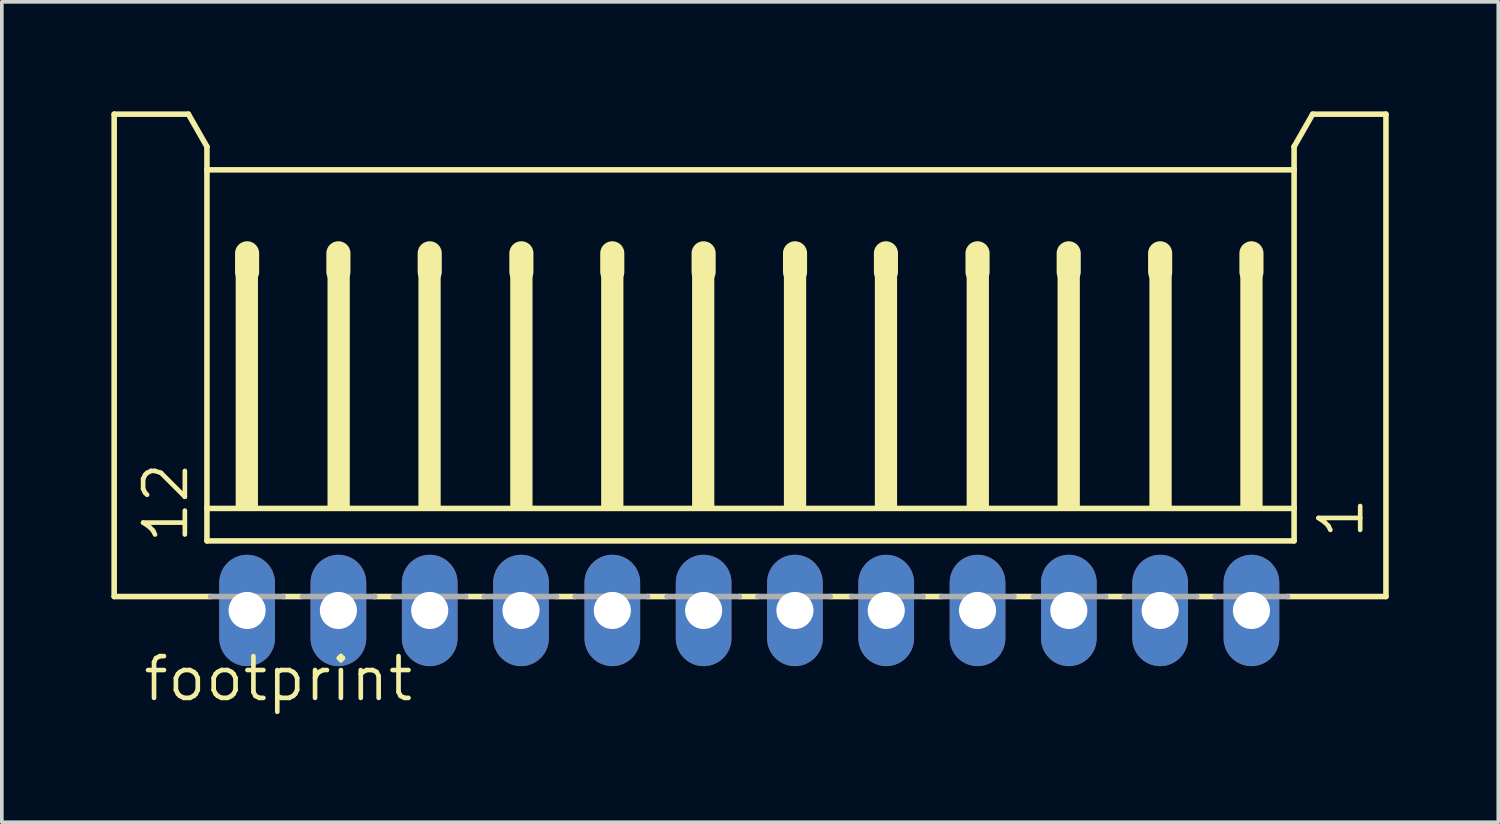
<source format=kicad_pcb>
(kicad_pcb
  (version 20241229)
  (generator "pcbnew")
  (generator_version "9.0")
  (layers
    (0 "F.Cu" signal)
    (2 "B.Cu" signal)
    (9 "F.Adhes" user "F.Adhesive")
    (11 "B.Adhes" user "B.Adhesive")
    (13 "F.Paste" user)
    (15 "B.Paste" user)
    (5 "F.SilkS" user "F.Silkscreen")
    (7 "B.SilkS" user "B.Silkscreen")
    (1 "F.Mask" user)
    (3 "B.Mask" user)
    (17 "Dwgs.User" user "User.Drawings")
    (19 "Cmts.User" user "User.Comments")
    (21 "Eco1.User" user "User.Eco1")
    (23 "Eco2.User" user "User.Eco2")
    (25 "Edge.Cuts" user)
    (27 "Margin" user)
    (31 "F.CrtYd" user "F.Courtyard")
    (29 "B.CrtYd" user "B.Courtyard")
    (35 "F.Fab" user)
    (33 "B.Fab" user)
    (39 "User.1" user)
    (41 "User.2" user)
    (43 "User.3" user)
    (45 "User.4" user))
  (footprint "footprint"
    (layer "F.Cu")
    (at 17.466 7.415)
    (property "Reference" "footprint" (at -16.654 8.79 0) (layer "F.SilkS") (effects (font (size 1.143 1.143) (thickness 0.127)) (justify left bottom)))
    (fp_line (start -17.39 -7.339) (end -15.358 -7.339) (stroke (width 0.152) (type solid)) (layer "F.SilkS"))
    (fp_line (start -17.39 5.869) (end -17.39 -7.339) (stroke (width 0.152) (type solid)) (layer "F.SilkS"))
    (fp_line (start -15.358 -7.339) (end -14.85 -6.45) (stroke (width 0.152) (type solid)) (layer "F.SilkS"))
    (fp_line (start -14.85 -6.45) (end -14.85 -5.815) (stroke (width 0.152) (type solid)) (layer "F.SilkS"))
    (fp_line (start -14.85 -5.815) (end -14.85 3.456) (stroke (width 0.152) (type solid)) (layer "F.SilkS"))
    (fp_line (start -14.85 3.456) (end -14.85 4.345) (stroke (width 0.152) (type solid)) (layer "F.SilkS"))
    (fp_line (start -14.749 5.869) (end -17.39 5.869) (stroke (width 0.152) (type solid)) (layer "F.SilkS"))
    (fp_line (start -13.75 -3.529) (end -13.75 -3.021) (stroke (width 0.66) (type solid)) (layer "F.SilkS"))
    (fp_line (start -12.26 5.869) (end -12.768 5.869) (stroke (width 0.152) (type solid)) (layer "F.SilkS"))
    (fp_line (start -11.25 -3.529) (end -11.25 -3.021) (stroke (width 0.66) (type solid)) (layer "F.SilkS"))
    (fp_line (start -9.77 5.869) (end -10.278 5.869) (stroke (width 0.152) (type solid)) (layer "F.SilkS"))
    (fp_line (start -8.75 -3.529) (end -8.75 -3.021) (stroke (width 0.66) (type solid)) (layer "F.SilkS"))
    (fp_line (start -7.256 5.869) (end -7.764 5.869) (stroke (width 0.152) (type solid)) (layer "F.SilkS"))
    (fp_line (start -6.24 -3.529) (end -6.24 -3.021) (stroke (width 0.66) (type solid)) (layer "F.SilkS"))
    (fp_line (start -4.767 5.869) (end -5.275 5.869) (stroke (width 0.152) (type solid)) (layer "F.SilkS"))
    (fp_line (start -3.751 -3.529) (end -3.751 -3.021) (stroke (width 0.66) (type solid)) (layer "F.SilkS"))
    (fp_line (start -2.252 5.869) (end -2.785 5.869) (stroke (width 0.152) (type solid)) (layer "F.SilkS"))
    (fp_line (start -1.25 -3.529) (end -1.25 -3.021) (stroke (width 0.66) (type solid)) (layer "F.SilkS"))
    (fp_line (start 0.237 5.869) (end -0.271 5.869) (stroke (width 0.152) (type solid)) (layer "F.SilkS"))
    (fp_line (start 1.253 -3.529) (end 1.253 -3.021) (stroke (width 0.66) (type solid)) (layer "F.SilkS"))
    (fp_line (start 2.803 5.869) (end 2.218 5.869) (stroke (width 0.152) (type solid)) (layer "F.SilkS"))
    (fp_line (start 3.742 -3.529) (end 3.742 -3.021) (stroke (width 0.66) (type solid)) (layer "F.SilkS"))
    (fp_line (start 5.266 5.869) (end 4.758 5.869) (stroke (width 0.152) (type solid)) (layer "F.SilkS"))
    (fp_line (start 6.25 -3.529) (end 6.25 -3.021) (stroke (width 0.66) (type solid)) (layer "F.SilkS"))
    (fp_line (start 7.781 5.869) (end 7.248 5.869) (stroke (width 0.152) (type solid)) (layer "F.SilkS"))
    (fp_line (start 8.746 -3.529) (end 8.746 -3.021) (stroke (width 0.66) (type solid)) (layer "F.SilkS"))
    (fp_line (start 10.27 5.869) (end 9.762 5.869) (stroke (width 0.152) (type solid)) (layer "F.SilkS"))
    (fp_line (start 11.25 -3.529) (end 11.25 -3.021) (stroke (width 0.66) (type solid)) (layer "F.SilkS"))
    (fp_line (start 12.759 5.869) (end 12.251 5.869) (stroke (width 0.152) (type solid)) (layer "F.SilkS"))
    (fp_line (start 13.75 -3.529) (end 13.75 -3.021) (stroke (width 0.66) (type solid)) (layer "F.SilkS"))
    (fp_line (start 14.918 -6.45) (end 14.918 -5.815) (stroke (width 0.152) (type solid)) (layer "F.SilkS"))
    (fp_line (start 14.918 -6.45) (end 15.426 -7.339) (stroke (width 0.152) (type solid)) (layer "F.SilkS"))
    (fp_line (start 14.918 -5.815) (end -14.85 -5.815) (stroke (width 0.152) (type solid)) (layer "F.SilkS"))
    (fp_line (start 14.918 -5.815) (end 14.918 3.456) (stroke (width 0.152) (type solid)) (layer "F.SilkS"))
    (fp_line (start 14.918 3.456) (end -14.85 3.456) (stroke (width 0.152) (type solid)) (layer "F.SilkS"))
    (fp_line (start 14.918 3.456) (end 14.918 4.345) (stroke (width 0.152) (type solid)) (layer "F.SilkS"))
    (fp_line (start 14.918 4.345) (end -14.85 4.345) (stroke (width 0.152) (type solid)) (layer "F.SilkS"))
    (fp_line (start 17.433 -7.339) (end 15.426 -7.339) (stroke (width 0.152) (type solid)) (layer "F.SilkS"))
    (fp_line (start 17.433 5.869) (end 14.741 5.869) (stroke (width 0.152) (type solid)) (layer "F.SilkS"))
    (fp_line (start 17.433 5.869) (end 17.433 -7.339) (stroke (width 0.152) (type solid)) (layer "F.SilkS"))
    (fp_poly (pts (xy -14.063 3.456) (xy -13.453 3.456) (xy -13.453 -3.148) (xy -14.063 -3.148)) (stroke (width 0) (type solid)) (fill yes) (layer "F.SilkS"))
    (fp_poly (pts (xy -11.548 3.456) (xy -10.939 3.456) (xy -10.939 -3.148) (xy -11.548 -3.148)) (stroke (width 0) (type solid)) (fill yes) (layer "F.SilkS"))
    (fp_poly (pts (xy -9.059 3.456) (xy -8.45 3.456) (xy -8.45 -3.148) (xy -9.059 -3.148)) (stroke (width 0) (type solid)) (fill yes) (layer "F.SilkS"))
    (fp_poly (pts (xy -6.545 3.456) (xy -5.935 3.456) (xy -5.935 -3.148) (xy -6.545 -3.148)) (stroke (width 0) (type solid)) (fill yes) (layer "F.SilkS"))
    (fp_poly (pts (xy -4.055 3.456) (xy -3.446 3.456) (xy -3.446 -3.148) (xy -4.055 -3.148)) (stroke (width 0) (type solid)) (fill yes) (layer "F.SilkS"))
    (fp_poly (pts (xy -1.566 3.456) (xy -0.957 3.456) (xy -0.957 -3.148) (xy -1.566 -3.148)) (stroke (width 0) (type solid)) (fill yes) (layer "F.SilkS"))
    (fp_poly (pts (xy 0.948 3.456) (xy 1.558 3.456) (xy 1.558 -3.148) (xy 0.948 -3.148)) (stroke (width 0) (type solid)) (fill yes) (layer "F.SilkS"))
    (fp_poly (pts (xy 3.438 3.456) (xy 4.047 3.456) (xy 4.047 -3.148) (xy 3.438 -3.148)) (stroke (width 0) (type solid)) (fill yes) (layer "F.SilkS"))
    (fp_poly (pts (xy 5.952 3.456) (xy 6.562 3.456) (xy 6.562 -3.148) (xy 5.952 -3.148)) (stroke (width 0) (type solid)) (fill yes) (layer "F.SilkS"))
    (fp_poly (pts (xy 8.441 3.456) (xy 9.051 3.456) (xy 9.051 -3.148) (xy 8.441 -3.148)) (stroke (width 0) (type solid)) (fill yes) (layer "F.SilkS"))
    (fp_poly (pts (xy 10.956 3.456) (xy 11.566 3.456) (xy 11.566 -3.148) (xy 10.956 -3.148)) (stroke (width 0) (type solid)) (fill yes) (layer "F.SilkS"))
    (fp_poly (pts (xy 13.445 3.456) (xy 14.055 3.456) (xy 14.055 -3.148) (xy 13.445 -3.148)) (stroke (width 0) (type solid)) (fill yes) (layer "F.SilkS"))
    (fp_line (start -14.749 5.869) (end -12.768 5.869) (stroke (width 0.152) (type solid)) (layer "F.Fab"))
    (fp_line (start -12.234 5.869) (end -10.253 5.869) (stroke (width 0.152) (type solid)) (layer "F.Fab"))
    (fp_line (start -9.745 5.869) (end -7.764 5.869) (stroke (width 0.152) (type solid)) (layer "F.Fab"))
    (fp_line (start -7.256 5.869) (end -5.275 5.869) (stroke (width 0.152) (type solid)) (layer "F.Fab"))
    (fp_line (start -4.767 5.869) (end -2.785 5.869) (stroke (width 0.152) (type solid)) (layer "F.Fab"))
    (fp_line (start -2.252 5.869) (end -0.271 5.869) (stroke (width 0.152) (type solid)) (layer "F.Fab"))
    (fp_line (start 0.237 5.869) (end 2.218 5.869) (stroke (width 0.152) (type solid)) (layer "F.Fab"))
    (fp_line (start 2.803 5.869) (end 4.758 5.869) (stroke (width 0.152) (type solid)) (layer "F.Fab"))
    (fp_line (start 5.266 5.869) (end 7.248 5.869) (stroke (width 0.152) (type solid)) (layer "F.Fab"))
    (fp_line (start 7.781 5.869) (end 9.762 5.869) (stroke (width 0.152) (type solid)) (layer "F.Fab"))
    (fp_line (start 10.27 5.869) (end 12.251 5.869) (stroke (width 0.152) (type solid)) (layer "F.Fab"))
    (fp_line (start 12.759 5.869) (end 14.741 5.869) (stroke (width 0.152) (type solid)) (layer "F.Fab"))
    (fp_poly (pts (xy -14.063 6.504) (xy -13.453 6.504) (xy -13.453 5.869) (xy -14.063 5.869)) (stroke (width 0.1) (type solid)) (fill no) (layer "F.Fab"))
    (fp_poly (pts (xy -11.548 6.504) (xy -10.939 6.504) (xy -10.939 5.869) (xy -11.548 5.869)) (stroke (width 0.1) (type solid)) (fill no) (layer "F.Fab"))
    (fp_poly (pts (xy -9.059 6.504) (xy -8.45 6.504) (xy -8.45 5.869) (xy -9.059 5.869)) (stroke (width 0.1) (type solid)) (fill no) (layer "F.Fab"))
    (fp_poly (pts (xy -6.545 6.504) (xy -5.935 6.504) (xy -5.935 5.869) (xy -6.545 5.869)) (stroke (width 0.1) (type solid)) (fill no) (layer "F.Fab"))
    (fp_poly (pts (xy -4.055 6.504) (xy -3.446 6.504) (xy -3.446 5.869) (xy -4.055 5.869)) (stroke (width 0.1) (type solid)) (fill no) (layer "F.Fab"))
    (fp_poly (pts (xy -1.566 6.504) (xy -0.957 6.504) (xy -0.957 5.869) (xy -1.566 5.869)) (stroke (width 0.1) (type solid)) (fill no) (layer "F.Fab"))
    (fp_poly (pts (xy 0.948 6.504) (xy 1.558 6.504) (xy 1.558 5.869) (xy 0.948 5.869)) (stroke (width 0.1) (type solid)) (fill no) (layer "F.Fab"))
    (fp_poly (pts (xy 3.438 6.504) (xy 4.047 6.504) (xy 4.047 5.869) (xy 3.438 5.869)) (stroke (width 0.1) (type solid)) (fill no) (layer "F.Fab"))
    (fp_poly (pts (xy 5.952 6.504) (xy 6.562 6.504) (xy 6.562 5.869) (xy 5.952 5.869)) (stroke (width 0.1) (type solid)) (fill no) (layer "F.Fab"))
    (fp_poly (pts (xy 8.441 6.504) (xy 9.051 6.504) (xy 9.051 5.869) (xy 8.441 5.869)) (stroke (width 0.1) (type solid)) (fill no) (layer "F.Fab"))
    (fp_poly (pts (xy 10.956 6.504) (xy 11.566 6.504) (xy 11.566 5.869) (xy 10.956 5.869)) (stroke (width 0.1) (type solid)) (fill no) (layer "F.Fab"))
    (fp_poly (pts (xy 13.445 6.504) (xy 14.055 6.504) (xy 14.055 5.869) (xy 13.445 5.869)) (stroke (width 0.1) (type solid)) (fill no) (layer "F.Fab"))
    (fp_text user "1" (at 16.874 4.345 90) (layer "F.SilkS") (effects (font (size 1.143 1.143) (thickness 0.127)) (justify left bottom)))
    (fp_text user "12" (at -15.308 4.472 90) (layer "F.SilkS") (effects (font (size 1.143 1.143) (thickness 0.127)) (justify left bottom)))
    (pad "1" thru_hole oval (at 13.75 6.25 90) (size 3.048 1.524) (drill 1.016) (layers "*.Cu" "*.Mask"))
    (pad "2" thru_hole oval (at 11.25 6.25 90) (size 3.048 1.524) (drill 1.016) (layers "*.Cu" "*.Mask"))
    (pad "3" thru_hole oval (at 8.75 6.25 90) (size 3.048 1.524) (drill 1.016) (layers "*.Cu" "*.Mask"))
    (pad "4" thru_hole oval (at 6.25 6.25 90) (size 3.048 1.524) (drill 1.016) (layers "*.Cu" "*.Mask"))
    (pad "5" thru_hole oval (at 3.75 6.25 90) (size 3.048 1.524) (drill 1.016) (layers "*.Cu" "*.Mask"))
    (pad "6" thru_hole oval (at 1.25 6.25 90) (size 3.048 1.524) (drill 1.016) (layers "*.Cu" "*.Mask"))
    (pad "7" thru_hole oval (at -1.25 6.25 90) (size 3.048 1.524) (drill 1.016) (layers "*.Cu" "*.Mask"))
    (pad "8" thru_hole oval (at -3.75 6.25 90) (size 3.048 1.524) (drill 1.016) (layers "*.Cu" "*.Mask"))
    (pad "9" thru_hole oval (at -6.25 6.25 90) (size 3.048 1.524) (drill 1.016) (layers "*.Cu" "*.Mask"))
    (pad "10" thru_hole oval (at -8.75 6.25 90) (size 3.048 1.524) (drill 1.016) (layers "*.Cu" "*.Mask"))
    (pad "11" thru_hole oval (at -11.25 6.25 90) (size 3.048 1.524) (drill 1.016) (layers "*.Cu" "*.Mask"))
    (pad "12" thru_hole oval (at -13.75 6.25 90) (size 3.048 1.524) (drill 1.016) (layers "*.Cu" "*.Mask")))
  (gr_rect
    (start -3 -3)
    (end 37.975 19.464)
    (stroke (width 0.1) (type default))
    (fill no)
    (layer "Edge.Cuts")))
</source>
